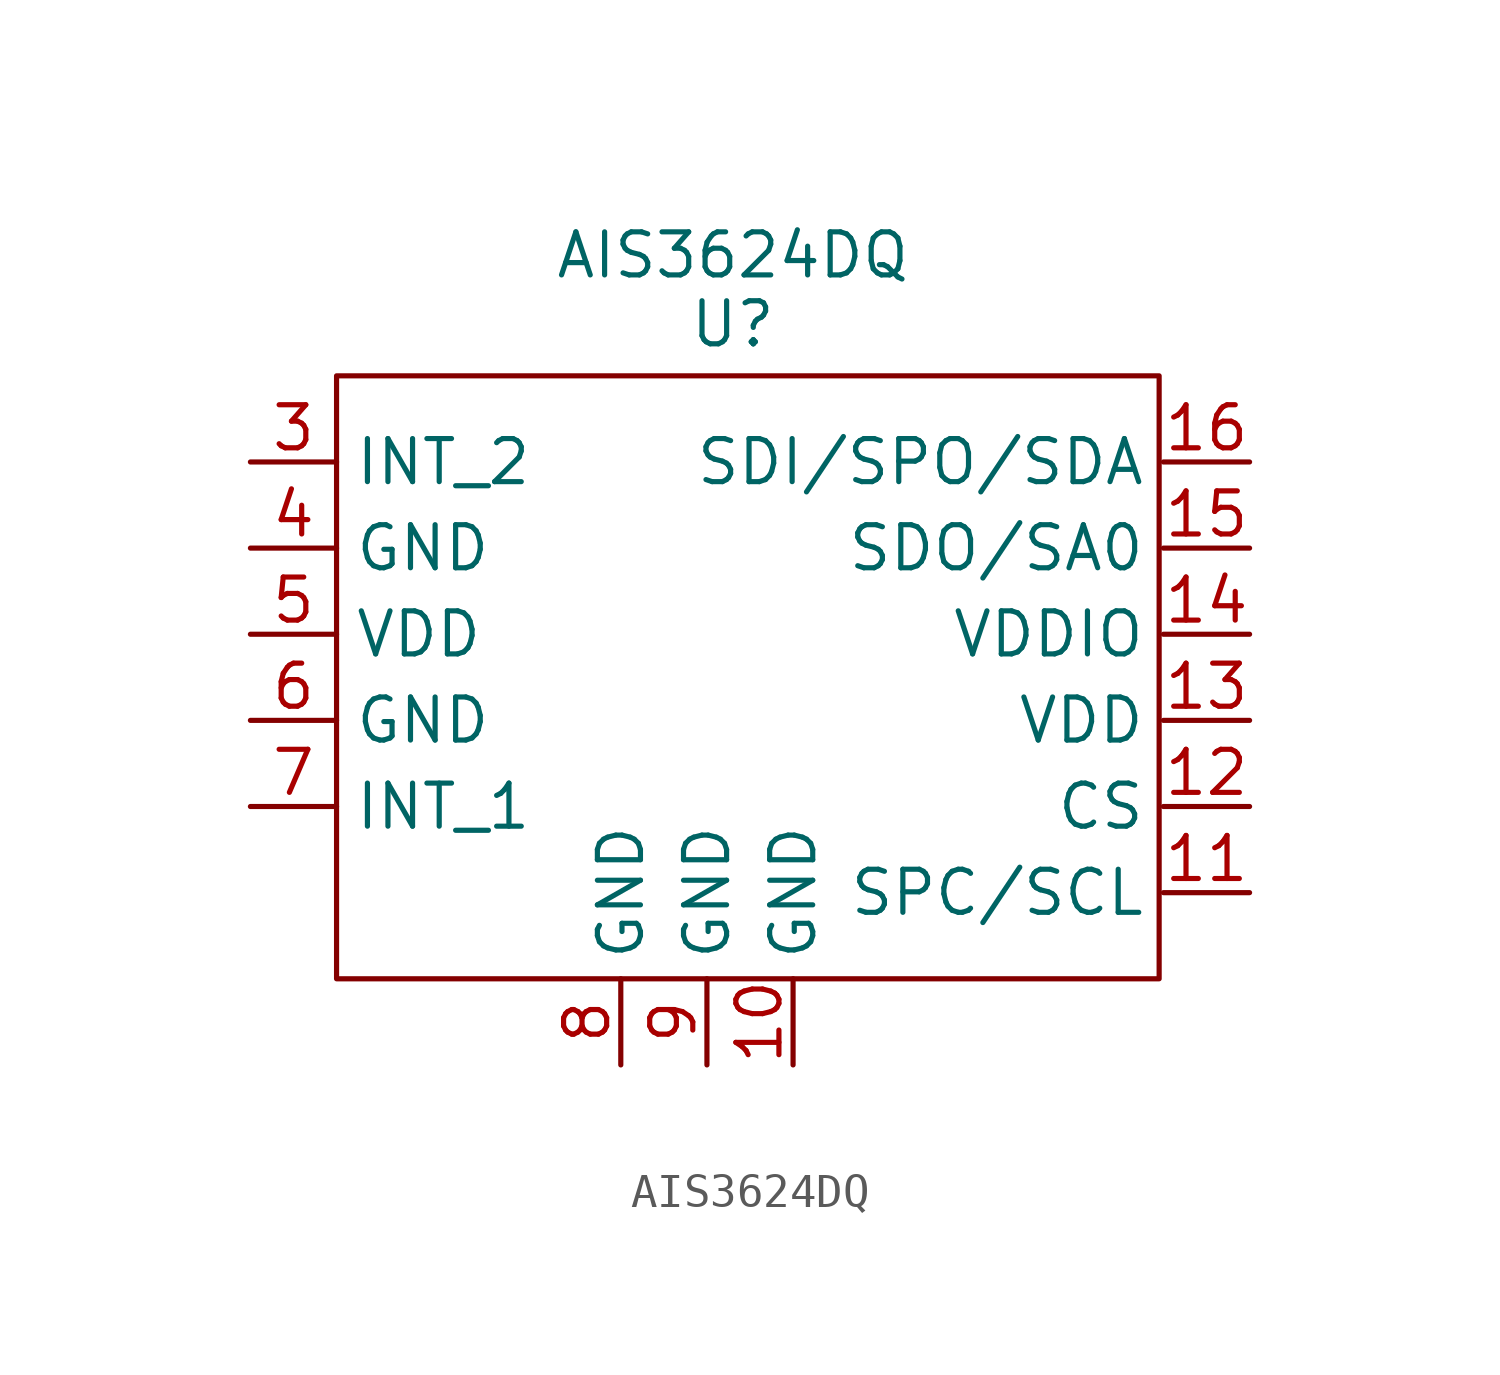
<source format=kicad_sym>
(kicad_symbol_lib
  (version 20211014)
  (generator kicad_symbol_editor)
  (symbol "AIS3624DQ"
    (property "Reference" "U"
      (at 4.318 6.096 0)
      (effects (font (size 1.27 1.27))))
    (property "Value" "AIS3624DQ"
      (at 4.318 8.128 0)
      (effects (font (size 1.27 1.27))))
    (symbol "AIS3624DQ_0_1"
      (rectangle (start -7.366 4.572) (end 16.891 -13.208) (stroke (width 0) (type default) (color 0 0 0 0)) (fill (type none))))
    (symbol "AIS3624DQ_1_1"
      (pin bidirectional line (at 6.096 -15.748 90) (length 2.54) (name "GND" (effects (font (size 1.27 1.27)))) (number "10" (effects (font (size 1.27 1.27)))))
      (pin bidirectional line (at 19.558 -10.668 180) (length 2.54) (name "SPC/SCL" (effects (font (size 1.27 1.27)))) (number "11" (effects (font (size 1.27 1.27)))))
      (pin bidirectional line (at 19.558 -8.128 180) (length 2.54) (name "CS" (effects (font (size 1.27 1.27)))) (number "12" (effects (font (size 1.27 1.27)))))
      (pin bidirectional line (at 19.558 -5.588 180) (length 2.54) (name "VDD" (effects (font (size 1.27 1.27)))) (number "13" (effects (font (size 1.27 1.27)))))
      (pin bidirectional line (at 19.558 -3.048 180) (length 2.54) (name "VDDIO" (effects (font (size 1.27 1.27)))) (number "14" (effects (font (size 1.27 1.27)))))
      (pin bidirectional line (at 19.558 -0.508 180) (length 2.54) (name "SDO/SA0" (effects (font (size 1.27 1.27)))) (number "15" (effects (font (size 1.27 1.27)))))
      (pin bidirectional line (at 19.558 2.032 180) (length 2.54) (name "SDI/SPO/SDA" (effects (font (size 1.27 1.27)))) (number "16" (effects (font (size 1.27 1.27)))))
      (pin bidirectional line (at -9.906 2.032 0) (length 2.54) (name "INT_2" (effects (font (size 1.27 1.27)))) (number "3" (effects (font (size 1.27 1.27)))))
      (pin bidirectional line (at -9.906 -0.508 0) (length 2.54) (name "GND" (effects (font (size 1.27 1.27)))) (number "4" (effects (font (size 1.27 1.27)))))
      (pin bidirectional line (at -9.906 -3.048 0) (length 2.54) (name "VDD" (effects (font (size 1.27 1.27)))) (number "5" (effects (font (size 1.27 1.27)))))
      (pin bidirectional line (at -9.906 -5.588 0) (length 2.54) (name "GND" (effects (font (size 1.27 1.27)))) (number "6" (effects (font (size 1.27 1.27)))))
      (pin bidirectional line (at -9.906 -8.128 0) (length 2.54) (name "INT_1" (effects (font (size 1.27 1.27)))) (number "7" (effects (font (size 1.27 1.27)))))
      (pin bidirectional line (at 1.016 -15.748 90) (length 2.54) (name "GND" (effects (font (size 1.27 1.27)))) (number "8" (effects (font (size 1.27 1.27)))))
      (pin bidirectional line (at 3.556 -15.748 90) (length 2.54) (name "GND" (effects (font (size 1.27 1.27)))) (number "9" (effects (font (size 1.27 1.27))))))))
</source>
